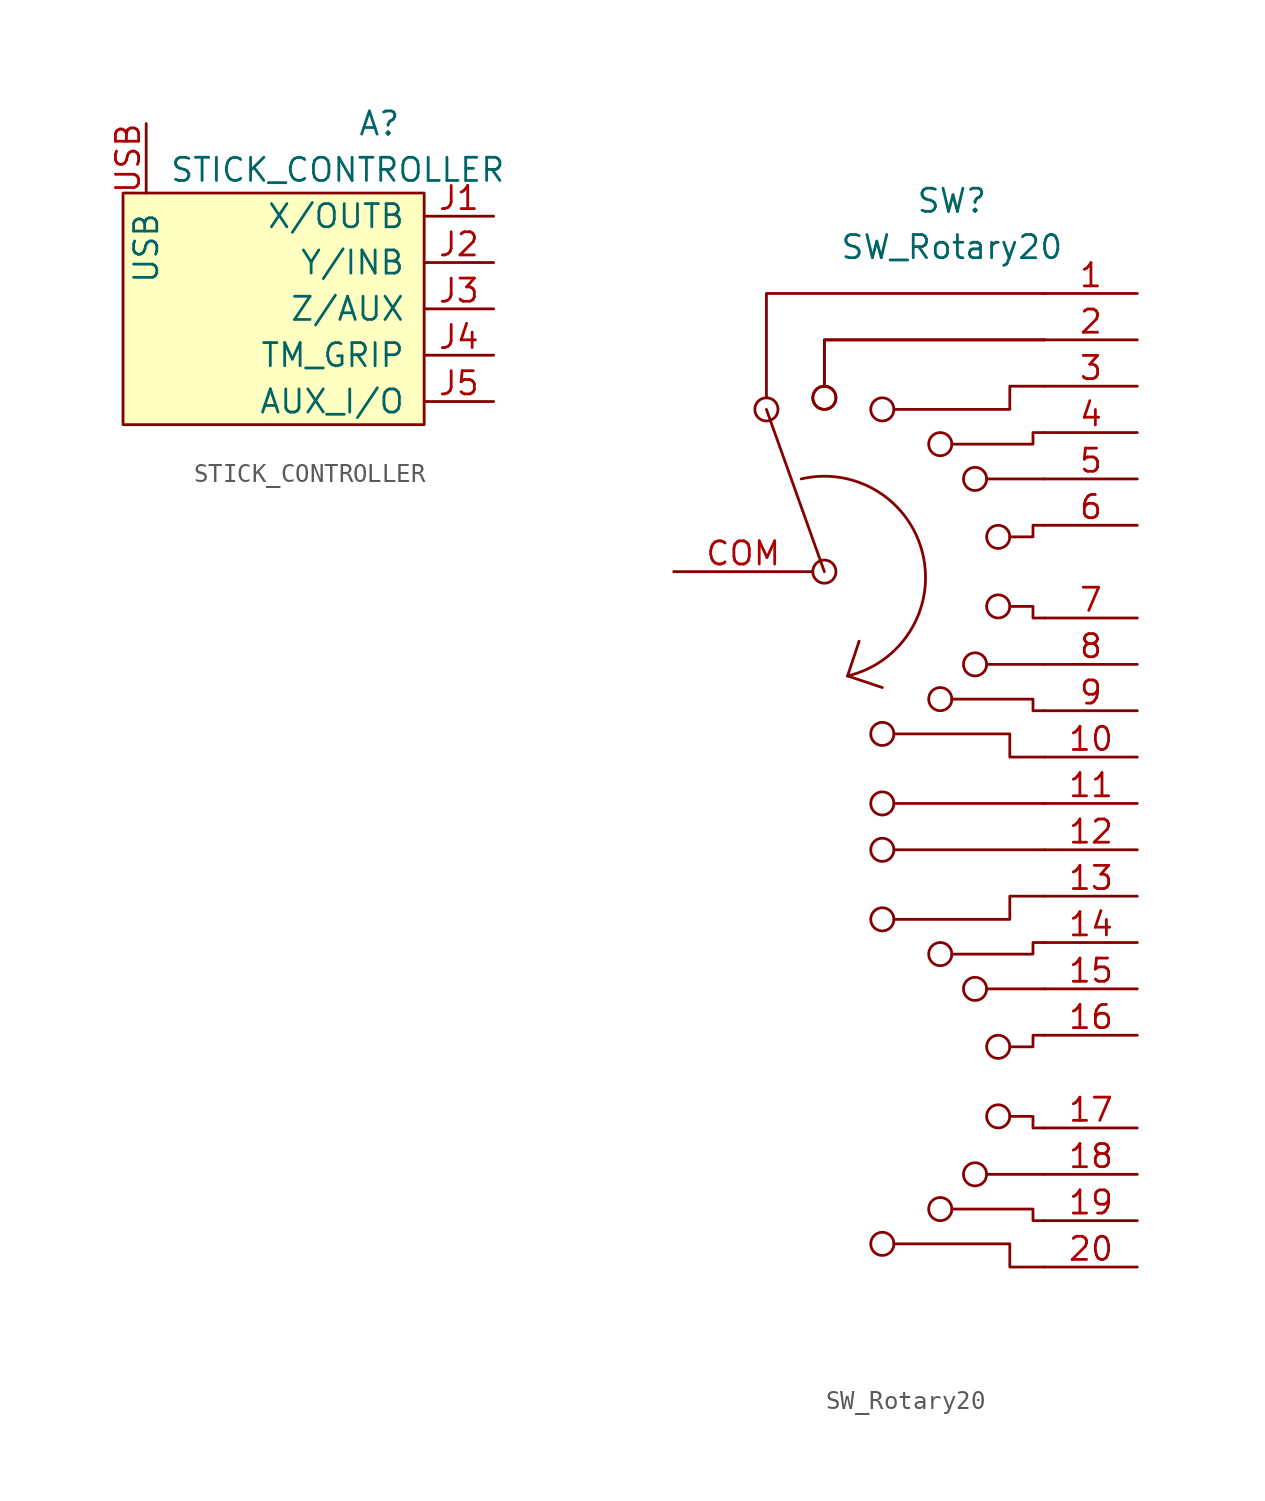
<source format=kicad_sym>
(kicad_symbol_lib
  (version 20211014)
  (generator kicad_symbol_editor)
  (symbol "STICK_CONTROLLER"
    (pin_names
      (offset 1.016))
    (property "Reference" "A"
      (at 6.35 16.51 0)
      (effects (font (size 1.27 1.27)) (justify right)))
    (property "Value" "STICK_CONTROLLER"
      (at -6.35 13.97 0)
      (effects (font (size 1.27 1.27)) (justify left)))
    (symbol "STICK_CONTROLLER_0_0"
      (pin unspecified line (at 11.43 11.43 180) (length 3.81) (name "X/OUTB" (effects (font (size 1.27 1.27)))) (number "J1" (effects (font (size 1.27 1.27)))))
      (pin unspecified line (at 11.43 8.89 180) (length 3.81) (name "Y/INB" (effects (font (size 1.27 1.27)))) (number "J2" (effects (font (size 1.27 1.27)))))
      (pin unspecified line (at 11.43 6.35 180) (length 3.81) (name "Z/AUX" (effects (font (size 1.27 1.27)))) (number "J3" (effects (font (size 1.27 1.27)))))
      (pin unspecified line (at 11.43 3.81 180) (length 3.81) (name "TM_GRIP" (effects (font (size 1.27 1.27)))) (number "J4" (effects (font (size 1.27 1.27)))))
      (pin unspecified line (at 11.43 1.27 180) (length 3.81) (name "AUX_I/O" (effects (font (size 1.27 1.27)))) (number "J5" (effects (font (size 1.27 1.27)))))
      (pin unspecified line (at -7.62 16.51 270) (length 3.81) (name "USB" (effects (font (size 1.27 1.27)))) (number "USB" (effects (font (size 1.27 1.27))))))
    (symbol "STICK_CONTROLLER_0_1"
      (rectangle (start -8.89 12.7) (end 7.62 0) (stroke (width 0) (type default) (color 0 0 0 0)) (fill (type background)))))
  (symbol "SW_Rotary20"
    (pin_names
      (offset 1.016) hide)
    (property "Reference" "SW"
      (at 0 20.32 0)
      (effects (font (size 1.27 1.27))))
    (property "Value" "SW_Rotary20"
      (at 0 17.78 0)
      (effects (font (size 1.27 1.27))))
    (symbol "SW_Rotary20_0_0"
      (circle (center -10.16 8.89) (radius 0.635) (stroke (width 0) (type default) (color 0 0 0 0)) (fill (type none)))
      (circle (center -6.985 0) (radius 0.635) (stroke (width 0) (type default) (color 0 0 0 0)) (fill (type none)))
      (circle (center -6.985 9.525) (radius 0.635) (stroke (width 0) (type default) (color 0 0 0 0)) (fill (type none)))
      (circle (center -6.985 9.525) (radius 0.635) (stroke (width 0) (type default) (color 0 0 0 0)) (fill (type none)))
      (arc (start -5.715 -5.715) (mid -1.5995 0.937) (end -8.255 5.08) (stroke (width 0) (type default) (color 0 0 0 0)) (fill (type none)))
      (circle (center -3.81 -36.83) (radius 0.635) (stroke (width 0) (type default) (color 0 0 0 0)) (fill (type none)))
      (circle (center -3.81 -19.05) (radius 0.635) (stroke (width 0) (type default) (color 0 0 0 0)) (fill (type none)))
      (circle (center -3.81 -12.7) (radius 0.635) (stroke (width 0) (type default) (color 0 0 0 0)) (fill (type none)))
      (circle (center -3.81 -8.89) (radius 0.635) (stroke (width 0) (type default) (color 0 0 0 0)) (fill (type none)))
      (circle (center -3.81 8.89) (radius 0.635) (stroke (width 0) (type default) (color 0 0 0 0)) (fill (type none)))
      (circle (center -0.635 -34.925) (radius 0.635) (stroke (width 0) (type default) (color 0 0 0 0)) (fill (type none)))
      (circle (center -0.635 -20.955) (radius 0.635) (stroke (width 0) (type default) (color 0 0 0 0)) (fill (type none)))
      (circle (center -0.635 -6.985) (radius 0.635) (stroke (width 0) (type default) (color 0 0 0 0)) (fill (type none)))
      (circle (center -0.635 6.985) (radius 0.635) (stroke (width 0) (type default) (color 0 0 0 0)) (fill (type none)))
      (polyline (pts (xy -6.985 0) (xy -10.16 8.89)) (stroke (width 0) (type default) (color 0 0 0 0)) (fill (type none)))
      (polyline (pts (xy -5.715 -5.715) (xy -5.08 -3.81)) (stroke (width 0) (type default) (color 0 0 0 0)) (fill (type none)))
      (polyline (pts (xy -5.715 -5.715) (xy -3.81 -6.35)) (stroke (width 0) (type default) (color 0 0 0 0)) (fill (type none)))
      (polyline (pts (xy 1.905 -33.02) (xy 5.08 -33.02)) (stroke (width 0) (type default) (color 0 0 0 0)) (fill (type none)))
      (polyline (pts (xy 1.905 -22.86) (xy 5.08 -22.86)) (stroke (width 0) (type default) (color 0 0 0 0)) (fill (type none)))
      (polyline (pts (xy 1.905 -5.08) (xy 5.08 -5.08)) (stroke (width 0) (type default) (color 0 0 0 0)) (fill (type none)))
      (polyline (pts (xy 1.905 5.08) (xy 5.08 5.08)) (stroke (width 0) (type default) (color 0 0 0 0)) (fill (type none)))
      (polyline (pts (xy -10.16 9.525) (xy -10.16 15.24) (xy 5.08 15.24)) (stroke (width 0) (type default) (color 0 0 0 0)) (fill (type none)))
      (polyline (pts (xy -6.985 10.16) (xy -6.985 12.7) (xy 5.08 12.7)) (stroke (width 0) (type default) (color 0 0 0 0)) (fill (type none)))
      (polyline (pts (xy -6.985 10.16) (xy -6.985 12.7) (xy 5.08 12.7)) (stroke (width 0) (type default) (color 0 0 0 0)) (fill (type none)))
      (polyline (pts (xy -3.175 -36.83) (xy 3.175 -36.83) (xy 3.175 -38.1) (xy 5.08 -38.1)) (stroke (width 0) (type default) (color 0 0 0 0)) (fill (type none)))
      (polyline (pts (xy -3.175 -19.05) (xy 3.175 -19.05) (xy 3.175 -17.78) (xy 5.08 -17.78)) (stroke (width 0) (type default) (color 0 0 0 0)) (fill (type none)))
      (polyline (pts (xy -3.175 -8.89) (xy 3.175 -8.89) (xy 3.175 -10.16) (xy 5.08 -10.16)) (stroke (width 0) (type default) (color 0 0 0 0)) (fill (type none)))
      (polyline (pts (xy -3.175 8.89) (xy 3.175 8.89) (xy 3.175 10.16) (xy 5.08 10.16)) (stroke (width 0) (type default) (color 0 0 0 0)) (fill (type none)))
      (polyline (pts (xy 0 -34.925) (xy 4.445 -34.925) (xy 4.445 -35.56) (xy 5.08 -35.56)) (stroke (width 0) (type default) (color 0 0 0 0)) (fill (type none)))
      (polyline (pts (xy 0 -20.955) (xy 4.445 -20.955) (xy 4.445 -20.32) (xy 5.08 -20.32)) (stroke (width 0) (type default) (color 0 0 0 0)) (fill (type none)))
      (polyline (pts (xy 0 -6.985) (xy 4.445 -6.985) (xy 4.445 -7.62) (xy 5.08 -7.62)) (stroke (width 0) (type default) (color 0 0 0 0)) (fill (type none)))
      (polyline (pts (xy 0 6.985) (xy 4.445 6.985) (xy 4.445 7.62) (xy 5.08 7.62)) (stroke (width 0) (type default) (color 0 0 0 0)) (fill (type none)))
      (polyline (pts (xy 3.175 -29.845) (xy 4.445 -29.845) (xy 4.445 -30.48) (xy 5.08 -30.48)) (stroke (width 0) (type default) (color 0 0 0 0)) (fill (type none)))
      (polyline (pts (xy 3.175 -26.035) (xy 4.445 -26.035) (xy 4.445 -25.4) (xy 5.08 -25.4)) (stroke (width 0) (type default) (color 0 0 0 0)) (fill (type none)))
      (polyline (pts (xy 3.175 -1.905) (xy 4.445 -1.905) (xy 4.445 -2.54) (xy 5.08 -2.54)) (stroke (width 0) (type default) (color 0 0 0 0)) (fill (type none)))
      (polyline (pts (xy 3.175 1.905) (xy 4.445 1.905) (xy 4.445 2.54) (xy 5.08 2.54)) (stroke (width 0) (type default) (color 0 0 0 0)) (fill (type none)))
      (circle (center 1.27 -33.02) (radius 0.635) (stroke (width 0) (type default) (color 0 0 0 0)) (fill (type none)))
      (circle (center 1.27 -22.86) (radius 0.635) (stroke (width 0) (type default) (color 0 0 0 0)) (fill (type none)))
      (circle (center 1.27 -5.08) (radius 0.635) (stroke (width 0) (type default) (color 0 0 0 0)) (fill (type none)))
      (circle (center 1.27 5.08) (radius 0.635) (stroke (width 0) (type default) (color 0 0 0 0)) (fill (type none)))
      (circle (center 2.54 -29.845) (radius 0.635) (stroke (width 0) (type default) (color 0 0 0 0)) (fill (type none)))
      (circle (center 2.54 -26.035) (radius 0.635) (stroke (width 0) (type default) (color 0 0 0 0)) (fill (type none)))
      (circle (center 2.54 -1.905) (radius 0.635) (stroke (width 0) (type default) (color 0 0 0 0)) (fill (type none)))
      (circle (center 2.54 1.905) (radius 0.635) (stroke (width 0) (type default) (color 0 0 0 0)) (fill (type none))))
    (symbol "SW_Rotary20_0_1"
      (circle (center -3.81 -15.24) (radius 0.635) (stroke (width 0) (type default) (color 0 0 0 0)) (fill (type none)))
      (polyline (pts (xy -3.175 -15.24) (xy 5.08 -15.24)) (stroke (width 0) (type default) (color 0 0 0 0)) (fill (type none)))
      (polyline (pts (xy -3.175 -12.7) (xy 5.08 -12.7)) (stroke (width 0) (type default) (color 0 0 0 0)) (fill (type none)))
      (pin passive line (at 10.16 15.24 180) (length 5.08) (name "1" (effects (font (size 1.27 1.27)))) (number "1" (effects (font (size 1.27 1.27)))))
      (pin passive line (at 10.16 -10.16 180) (length 5.08) (name "10" (effects (font (size 1.27 1.27)))) (number "10" (effects (font (size 1.27 1.27)))))
      (pin passive line (at 10.16 -12.7 180) (length 5.08) (name "11" (effects (font (size 1.27 1.27)))) (number "11" (effects (font (size 1.27 1.27)))))
      (pin passive line (at 10.16 -15.24 180) (length 5.08) (name "12" (effects (font (size 1.27 1.27)))) (number "12" (effects (font (size 1.27 1.27)))))
      (pin passive line (at 10.16 -17.78 180) (length 5.08) (name "13" (effects (font (size 1.27 1.27)))) (number "13" (effects (font (size 1.27 1.27)))))
      (pin passive line (at 10.16 -20.32 180) (length 5.08) (name "14" (effects (font (size 1.27 1.27)))) (number "14" (effects (font (size 1.27 1.27)))))
      (pin passive line (at 10.16 -22.86 180) (length 5.08) (name "15" (effects (font (size 1.27 1.27)))) (number "15" (effects (font (size 1.27 1.27)))))
      (pin passive line (at 10.16 -25.4 180) (length 5.08) (name "16" (effects (font (size 1.27 1.27)))) (number "16" (effects (font (size 1.27 1.27)))))
      (pin passive line (at 10.16 -30.48 180) (length 5.08) (name "17" (effects (font (size 1.27 1.27)))) (number "17" (effects (font (size 1.27 1.27)))))
      (pin passive line (at 10.16 -33.02 180) (length 5.08) (name "18" (effects (font (size 1.27 1.27)))) (number "18" (effects (font (size 1.27 1.27)))))
      (pin passive line (at 10.16 -35.56 180) (length 5.08) (name "19" (effects (font (size 1.27 1.27)))) (number "19" (effects (font (size 1.27 1.27)))))
      (pin passive line (at 10.16 12.7 180) (length 5.08) (name "2" (effects (font (size 1.27 1.27)))) (number "2" (effects (font (size 1.27 1.27)))))
      (pin passive line (at 10.16 -38.1 180) (length 5.08) (name "20" (effects (font (size 1.27 1.27)))) (number "20" (effects (font (size 1.27 1.27)))))
      (pin passive line (at 10.16 10.16 180) (length 5.08) (name "3" (effects (font (size 1.27 1.27)))) (number "3" (effects (font (size 1.27 1.27)))))
      (pin passive line (at 10.16 7.62 180) (length 5.08) (name "4" (effects (font (size 1.27 1.27)))) (number "4" (effects (font (size 1.27 1.27)))))
      (pin passive line (at 10.16 5.08 180) (length 5.08) (name "5" (effects (font (size 1.27 1.27)))) (number "5" (effects (font (size 1.27 1.27)))))
      (pin passive line (at 10.16 2.54 180) (length 5.08) (name "6" (effects (font (size 1.27 1.27)))) (number "6" (effects (font (size 1.27 1.27)))))
      (pin passive line (at 10.16 -2.54 180) (length 5.08) (name "7" (effects (font (size 1.27 1.27)))) (number "7" (effects (font (size 1.27 1.27)))))
      (pin passive line (at 10.16 -5.08 180) (length 5.08) (name "8" (effects (font (size 1.27 1.27)))) (number "8" (effects (font (size 1.27 1.27)))))
      (pin passive line (at 10.16 -7.62 180) (length 5.08) (name "9" (effects (font (size 1.27 1.27)))) (number "9" (effects (font (size 1.27 1.27)))))
      (pin passive line (at -15.24 0 0) (length 7.62) (name "COM" (effects (font (size 1.27 1.27)))) (number "COM" (effects (font (size 1.27 1.27))))))))
</source>
